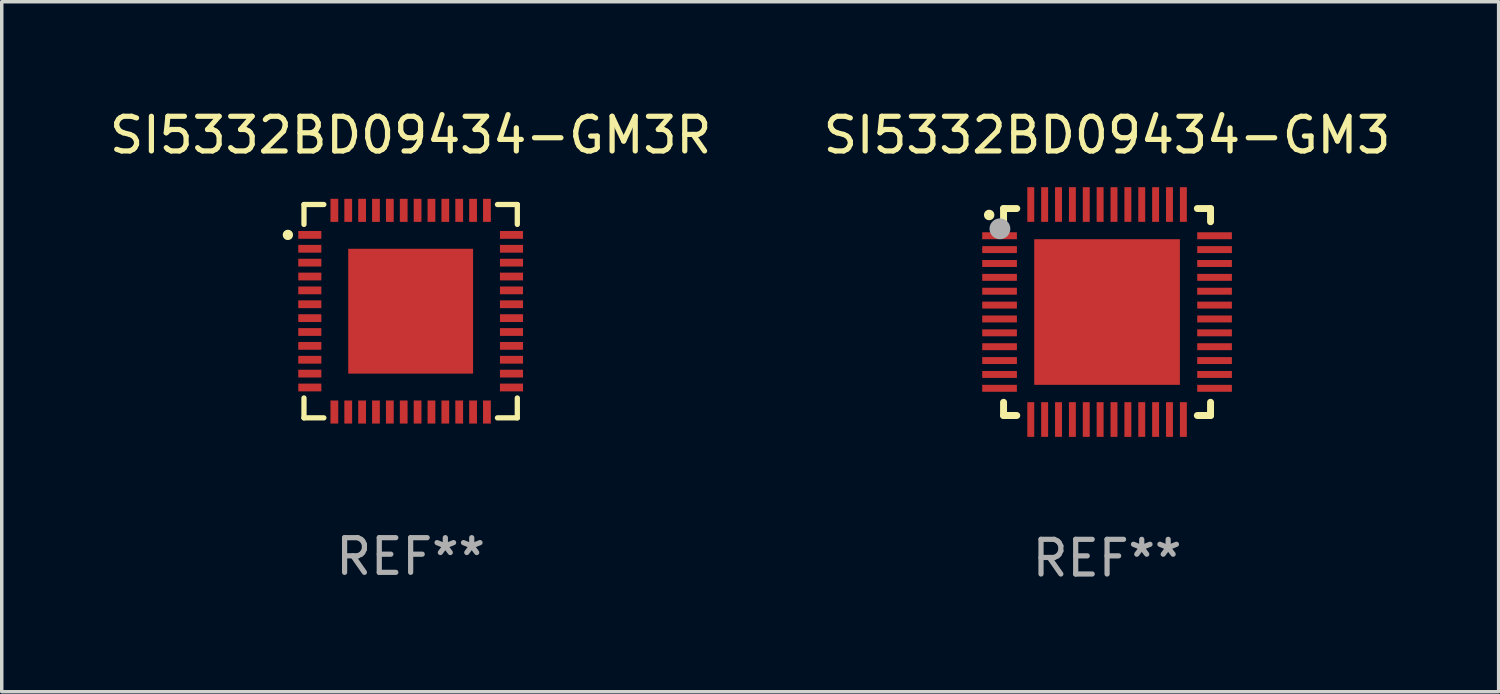
<source format=kicad_pcb>
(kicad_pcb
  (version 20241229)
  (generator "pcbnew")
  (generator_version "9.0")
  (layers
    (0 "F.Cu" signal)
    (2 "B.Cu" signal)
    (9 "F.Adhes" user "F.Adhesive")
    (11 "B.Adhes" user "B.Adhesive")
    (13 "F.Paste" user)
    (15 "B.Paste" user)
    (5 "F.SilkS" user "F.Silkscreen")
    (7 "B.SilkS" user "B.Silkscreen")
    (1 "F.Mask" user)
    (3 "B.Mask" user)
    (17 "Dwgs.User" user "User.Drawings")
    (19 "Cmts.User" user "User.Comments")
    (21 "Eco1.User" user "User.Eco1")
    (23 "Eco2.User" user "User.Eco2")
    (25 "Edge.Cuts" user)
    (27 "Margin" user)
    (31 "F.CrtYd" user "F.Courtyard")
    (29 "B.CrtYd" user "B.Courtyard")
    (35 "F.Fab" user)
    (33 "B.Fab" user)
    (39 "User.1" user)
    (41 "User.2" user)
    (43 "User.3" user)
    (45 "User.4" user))
  (footprint "SI5332BD09434-GM3"
    (layer "F.Cu")
    (at 28.875 5.948)
    (property "Reference" "SI5332BD09434-GM3" (at 0 -5.1 0) (layer "F.SilkS") (effects (font (size 1 1) (thickness 0.15))))
    (attr through_hole)
    (fp_line (start -2.985 -2.985) (end -2.604 -2.985) (stroke (width 0.2) (type solid)) (layer "F.SilkS"))
    (fp_line (start -2.985 -2.604) (end -2.985 -2.985) (stroke (width 0.2) (type solid)) (layer "F.SilkS"))
    (fp_line (start -2.985 2.984) (end -2.985 2.603) (stroke (width 0.2) (type solid)) (layer "F.SilkS"))
    (fp_line (start -2.604 2.984) (end -2.985 2.984) (stroke (width 0.2) (type solid)) (layer "F.SilkS"))
    (fp_line (start 2.603 -2.985) (end 2.984 -2.985) (stroke (width 0.2) (type solid)) (layer "F.SilkS"))
    (fp_line (start 2.984 -2.985) (end 2.984 -2.604) (stroke (width 0.2) (type solid)) (layer "F.SilkS"))
    (fp_line (start 2.984 2.603) (end 2.984 2.984) (stroke (width 0.2) (type solid)) (layer "F.SilkS"))
    (fp_line (start 2.984 2.984) (end 2.603 2.984) (stroke (width 0.2) (type solid)) (layer "F.SilkS"))
    (fp_arc (start -3.400076 -2.797562) (mid -3.400081 -2.798806) (end -3.400076 -2.800051) (stroke (width 0.3) (type solid)) (layer "F.SilkS"))
    (fp_circle (center -3 -3) (end -2.97 -3) (stroke (width 0.06) (type solid)) (fill no) (layer "F.SilkS"))
    (fp_circle (center -3.09 -2.4) (end -2.94 -2.4) (stroke (width 0.3) (type solid)) (fill no) (layer "F.Fab"))
    (fp_text user "REF**" (at 0 7.1 0) (layer "F.Fab") (effects (font (size 1 1) (thickness 0.15))))
    (pad "1" smd rect (at -3.1 -2.2) (size 1 0.2) (layers "F.Cu" "F.Mask" "F.Paste"))
    (pad "2" smd rect (at -3.1 -1.8) (size 1 0.2) (layers "F.Cu" "F.Mask" "F.Paste"))
    (pad "3" smd rect (at -3.1 -1.4) (size 1 0.2) (layers "F.Cu" "F.Mask" "F.Paste"))
    (pad "4" smd rect (at -3.1 -1) (size 1 0.2) (layers "F.Cu" "F.Mask" "F.Paste"))
    (pad "5" smd rect (at -3.1 -0.6) (size 1 0.2) (layers "F.Cu" "F.Mask" "F.Paste"))
    (pad "6" smd rect (at -3.1 -0.2) (size 1 0.2) (layers "F.Cu" "F.Mask" "F.Paste"))
    (pad "7" smd rect (at -3.1 0.2) (size 1 0.2) (layers "F.Cu" "F.Mask" "F.Paste"))
    (pad "8" smd rect (at -3.1 0.6) (size 1 0.2) (layers "F.Cu" "F.Mask" "F.Paste"))
    (pad "9" smd rect (at -3.1 1) (size 1 0.2) (layers "F.Cu" "F.Mask" "F.Paste"))
    (pad "10" smd rect (at -3.1 1.4) (size 1 0.2) (layers "F.Cu" "F.Mask" "F.Paste"))
    (pad "11" smd rect (at -3.1 1.8) (size 1 0.2) (layers "F.Cu" "F.Mask" "F.Paste"))
    (pad "12" smd rect (at -3.1 2.2) (size 1 0.2) (layers "F.Cu" "F.Mask" "F.Paste"))
    (pad "13" smd rect (at -2.2 3.1) (size 0.2 1) (layers "F.Cu" "F.Mask" "F.Paste"))
    (pad "14" smd rect (at -1.8 3.1) (size 0.2 1) (layers "F.Cu" "F.Mask" "F.Paste"))
    (pad "15" smd rect (at -1.4 3.1) (size 0.2 1) (layers "F.Cu" "F.Mask" "F.Paste"))
    (pad "16" smd rect (at -1 3.1) (size 0.2 1) (layers "F.Cu" "F.Mask" "F.Paste"))
    (pad "17" smd rect (at -0.6 3.1) (size 0.2 1) (layers "F.Cu" "F.Mask" "F.Paste"))
    (pad "18" smd rect (at -0.2 3.1) (size 0.2 1) (layers "F.Cu" "F.Mask" "F.Paste"))
    (pad "19" smd rect (at 0.2 3.1) (size 0.2 1) (layers "F.Cu" "F.Mask" "F.Paste"))
    (pad "20" smd rect (at 0.6 3.1) (size 0.2 1) (layers "F.Cu" "F.Mask" "F.Paste"))
    (pad "21" smd rect (at 1 3.1) (size 0.2 1) (layers "F.Cu" "F.Mask" "F.Paste"))
    (pad "22" smd rect (at 1.4 3.1) (size 0.2 1) (layers "F.Cu" "F.Mask" "F.Paste"))
    (pad "23" smd rect (at 1.8 3.1) (size 0.2 1) (layers "F.Cu" "F.Mask" "F.Paste"))
    (pad "24" smd rect (at 2.2 3.1) (size 0.2 1) (layers "F.Cu" "F.Mask" "F.Paste"))
    (pad "25" smd rect (at 3.1 2.2) (size 1 0.2) (layers "F.Cu" "F.Mask" "F.Paste"))
    (pad "26" smd rect (at 3.1 1.8) (size 1 0.2) (layers "F.Cu" "F.Mask" "F.Paste"))
    (pad "27" smd rect (at 3.1 1.4) (size 1 0.2) (layers "F.Cu" "F.Mask" "F.Paste"))
    (pad "28" smd rect (at 3.1 1) (size 1 0.2) (layers "F.Cu" "F.Mask" "F.Paste"))
    (pad "29" smd rect (at 3.1 0.6) (size 1 0.2) (layers "F.Cu" "F.Mask" "F.Paste"))
    (pad "30" smd rect (at 3.1 0.2) (size 1 0.2) (layers "F.Cu" "F.Mask" "F.Paste"))
    (pad "31" smd rect (at 3.1 -0.2) (size 1 0.2) (layers "F.Cu" "F.Mask" "F.Paste"))
    (pad "32" smd rect (at 3.1 -0.6) (size 1 0.2) (layers "F.Cu" "F.Mask" "F.Paste"))
    (pad "33" smd rect (at 3.1 -1) (size 1 0.2) (layers "F.Cu" "F.Mask" "F.Paste"))
    (pad "34" smd rect (at 3.1 -1.4) (size 1 0.2) (layers "F.Cu" "F.Mask" "F.Paste"))
    (pad "35" smd rect (at 3.1 -1.8) (size 1 0.2) (layers "F.Cu" "F.Mask" "F.Paste"))
    (pad "36" smd rect (at 3.1 -2.2) (size 1 0.2) (layers "F.Cu" "F.Mask" "F.Paste"))
    (pad "37" smd rect (at 2.2 -3.1) (size 0.2 1) (layers "F.Cu" "F.Mask" "F.Paste"))
    (pad "38" smd rect (at 1.8 -3.1) (size 0.2 1) (layers "F.Cu" "F.Mask" "F.Paste"))
    (pad "39" smd rect (at 1.4 -3.1) (size 0.2 1) (layers "F.Cu" "F.Mask" "F.Paste"))
    (pad "40" smd rect (at 1 -3.1) (size 0.2 1) (layers "F.Cu" "F.Mask" "F.Paste"))
    (pad "41" smd rect (at 0.6 -3.1) (size 0.2 1) (layers "F.Cu" "F.Mask" "F.Paste"))
    (pad "42" smd rect (at 0.2 -3.1) (size 0.2 1) (layers "F.Cu" "F.Mask" "F.Paste"))
    (pad "43" smd rect (at -0.2 -3.1) (size 0.2 1) (layers "F.Cu" "F.Mask" "F.Paste"))
    (pad "44" smd rect (at -0.6 -3.1) (size 0.2 1) (layers "F.Cu" "F.Mask" "F.Paste"))
    (pad "45" smd rect (at -1 -3.1) (size 0.2 1) (layers "F.Cu" "F.Mask" "F.Paste"))
    (pad "46" smd rect (at -1.4 -3.1) (size 0.2 1) (layers "F.Cu" "F.Mask" "F.Paste"))
    (pad "47" smd rect (at -1.8 -3.1) (size 0.2 1) (layers "F.Cu" "F.Mask" "F.Paste"))
    (pad "48" smd rect (at -2.2 -3.1) (size 0.2 1) (layers "F.Cu" "F.Mask" "F.Paste"))
    (pad "49" smd rect (at -0.000127 0) (size 4.2 4.2) (layers "F.Cu" "F.Mask" "F.Paste")))
  (footprint "SI5332BD09434-GM3R"
    (layer "F.Cu")
    (at 8.792 5.924)
    (property "Reference" "SI5332BD09434-GM3R" (at 0 -5.076 0) (layer "F.SilkS") (effects (font (size 1 1) (thickness 0.15))))
    (attr through_hole)
    (fp_line (start -3.076 -3.076) (end -3.076 -2.503) (stroke (width 0.152) (type solid)) (layer "F.SilkS"))
    (fp_line (start -3.076 3.076) (end -3.076 2.503) (stroke (width 0.152) (type solid)) (layer "F.SilkS"))
    (fp_line (start -2.503 -3.076) (end -3.076 -3.076) (stroke (width 0.152) (type solid)) (layer "F.SilkS"))
    (fp_line (start -2.503 3.076) (end -3.076 3.076) (stroke (width 0.152) (type solid)) (layer "F.SilkS"))
    (fp_line (start 2.503 -3.076) (end 3.076 -3.076) (stroke (width 0.152) (type solid)) (layer "F.SilkS"))
    (fp_line (start 2.503 3.076) (end 3.076 3.076) (stroke (width 0.152) (type solid)) (layer "F.SilkS"))
    (fp_line (start 3.076 -3.076) (end 3.076 -2.503) (stroke (width 0.152) (type solid)) (layer "F.SilkS"))
    (fp_line (start 3.076 3.076) (end 3.076 2.503) (stroke (width 0.152) (type solid)) (layer "F.SilkS"))
    (fp_circle (center -3.54 -2.2) (end -3.465 -2.2) (stroke (width 0.15) (type solid)) (fill no) (layer "F.SilkS"))
    (fp_text user "REF**" (at 0 7.076 0) (layer "F.Fab") (effects (font (size 1 1) (thickness 0.15))))
    (pad "1" smd rect (at -2.908 -2.2) (size 0.665 0.224) (layers "F.Cu" "F.Mask" "F.Paste"))
    (pad "2" smd rect (at -2.908 -1.8) (size 0.665 0.224) (layers "F.Cu" "F.Mask" "F.Paste"))
    (pad "3" smd rect (at -2.908 -1.4) (size 0.665 0.224) (layers "F.Cu" "F.Mask" "F.Paste"))
    (pad "4" smd rect (at -2.908 -1) (size 0.665 0.224) (layers "F.Cu" "F.Mask" "F.Paste"))
    (pad "5" smd rect (at -2.908 -0.6) (size 0.665 0.224) (layers "F.Cu" "F.Mask" "F.Paste"))
    (pad "6" smd rect (at -2.908 -0.2) (size 0.665 0.224) (layers "F.Cu" "F.Mask" "F.Paste"))
    (pad "7" smd rect (at -2.908 0.2) (size 0.665 0.224) (layers "F.Cu" "F.Mask" "F.Paste"))
    (pad "8" smd rect (at -2.908 0.6) (size 0.665 0.224) (layers "F.Cu" "F.Mask" "F.Paste"))
    (pad "9" smd rect (at -2.908 1) (size 0.665 0.224) (layers "F.Cu" "F.Mask" "F.Paste"))
    (pad "10" smd rect (at -2.908 1.4) (size 0.665 0.224) (layers "F.Cu" "F.Mask" "F.Paste"))
    (pad "11" smd rect (at -2.908 1.8) (size 0.665 0.224) (layers "F.Cu" "F.Mask" "F.Paste"))
    (pad "12" smd rect (at -2.908 2.2) (size 0.665 0.224) (layers "F.Cu" "F.Mask" "F.Paste"))
    (pad "13" smd rect (at -2.2 2.908) (size 0.224 0.665) (layers "F.Cu" "F.Mask" "F.Paste"))
    (pad "14" smd rect (at -1.8 2.908) (size 0.224 0.665) (layers "F.Cu" "F.Mask" "F.Paste"))
    (pad "15" smd rect (at -1.4 2.908) (size 0.224 0.665) (layers "F.Cu" "F.Mask" "F.Paste"))
    (pad "16" smd rect (at -1 2.908) (size 0.224 0.665) (layers "F.Cu" "F.Mask" "F.Paste"))
    (pad "17" smd rect (at -0.6 2.908) (size 0.224 0.665) (layers "F.Cu" "F.Mask" "F.Paste"))
    (pad "18" smd rect (at -0.2 2.908) (size 0.224 0.665) (layers "F.Cu" "F.Mask" "F.Paste"))
    (pad "19" smd rect (at 0.2 2.908) (size 0.224 0.665) (layers "F.Cu" "F.Mask" "F.Paste"))
    (pad "20" smd rect (at 0.6 2.908) (size 0.224 0.665) (layers "F.Cu" "F.Mask" "F.Paste"))
    (pad "21" smd rect (at 1 2.908) (size 0.224 0.665) (layers "F.Cu" "F.Mask" "F.Paste"))
    (pad "22" smd rect (at 1.4 2.908) (size 0.224 0.665) (layers "F.Cu" "F.Mask" "F.Paste"))
    (pad "23" smd rect (at 1.8 2.908) (size 0.224 0.665) (layers "F.Cu" "F.Mask" "F.Paste"))
    (pad "24" smd rect (at 2.2 2.908) (size 0.224 0.665) (layers "F.Cu" "F.Mask" "F.Paste"))
    (pad "25" smd rect (at 2.908 2.2) (size 0.665 0.224) (layers "F.Cu" "F.Mask" "F.Paste"))
    (pad "26" smd rect (at 2.908 1.8) (size 0.665 0.224) (layers "F.Cu" "F.Mask" "F.Paste"))
    (pad "27" smd rect (at 2.908 1.4) (size 0.665 0.224) (layers "F.Cu" "F.Mask" "F.Paste"))
    (pad "28" smd rect (at 2.908 1) (size 0.665 0.224) (layers "F.Cu" "F.Mask" "F.Paste"))
    (pad "29" smd rect (at 2.908 0.6) (size 0.665 0.224) (layers "F.Cu" "F.Mask" "F.Paste"))
    (pad "30" smd rect (at 2.908 0.2) (size 0.665 0.224) (layers "F.Cu" "F.Mask" "F.Paste"))
    (pad "31" smd rect (at 2.908 -0.2) (size 0.665 0.224) (layers "F.Cu" "F.Mask" "F.Paste"))
    (pad "32" smd rect (at 2.908 -0.6) (size 0.665 0.224) (layers "F.Cu" "F.Mask" "F.Paste"))
    (pad "33" smd rect (at 2.908 -1) (size 0.665 0.224) (layers "F.Cu" "F.Mask" "F.Paste"))
    (pad "34" smd rect (at 2.908 -1.4) (size 0.665 0.224) (layers "F.Cu" "F.Mask" "F.Paste"))
    (pad "35" smd rect (at 2.908 -1.8) (size 0.665 0.224) (layers "F.Cu" "F.Mask" "F.Paste"))
    (pad "36" smd rect (at 2.908 -2.2) (size 0.665 0.224) (layers "F.Cu" "F.Mask" "F.Paste"))
    (pad "37" smd rect (at 2.2 -2.908) (size 0.224 0.665) (layers "F.Cu" "F.Mask" "F.Paste"))
    (pad "38" smd rect (at 1.8 -2.908) (size 0.224 0.665) (layers "F.Cu" "F.Mask" "F.Paste"))
    (pad "39" smd rect (at 1.4 -2.908) (size 0.224 0.665) (layers "F.Cu" "F.Mask" "F.Paste"))
    (pad "40" smd rect (at 1 -2.908) (size 0.224 0.665) (layers "F.Cu" "F.Mask" "F.Paste"))
    (pad "41" smd rect (at 0.6 -2.908) (size 0.224 0.665) (layers "F.Cu" "F.Mask" "F.Paste"))
    (pad "42" smd rect (at 0.2 -2.908) (size 0.224 0.665) (layers "F.Cu" "F.Mask" "F.Paste"))
    (pad "43" smd rect (at -0.2 -2.908) (size 0.224 0.665) (layers "F.Cu" "F.Mask" "F.Paste"))
    (pad "44" smd rect (at -0.6 -2.908) (size 0.224 0.665) (layers "F.Cu" "F.Mask" "F.Paste"))
    (pad "45" smd rect (at -1 -2.908) (size 0.224 0.665) (layers "F.Cu" "F.Mask" "F.Paste"))
    (pad "46" smd rect (at -1.4 -2.908) (size 0.224 0.665) (layers "F.Cu" "F.Mask" "F.Paste"))
    (pad "47" smd rect (at -1.8 -2.908) (size 0.224 0.665) (layers "F.Cu" "F.Mask" "F.Paste"))
    (pad "48" smd rect (at -2.2 -2.908) (size 0.224 0.665) (layers "F.Cu" "F.Mask" "F.Paste"))
    (pad "49" smd rect (at 0 0) (size 3.6 3.6) (layers "F.Cu" "F.Mask" "F.Paste")))
  (gr_rect
    (start -3 -3)
    (end 40.167 16.897)
    (stroke (width 0.1) (type default))
    (fill no)
    (layer "Edge.Cuts")))
</source>
